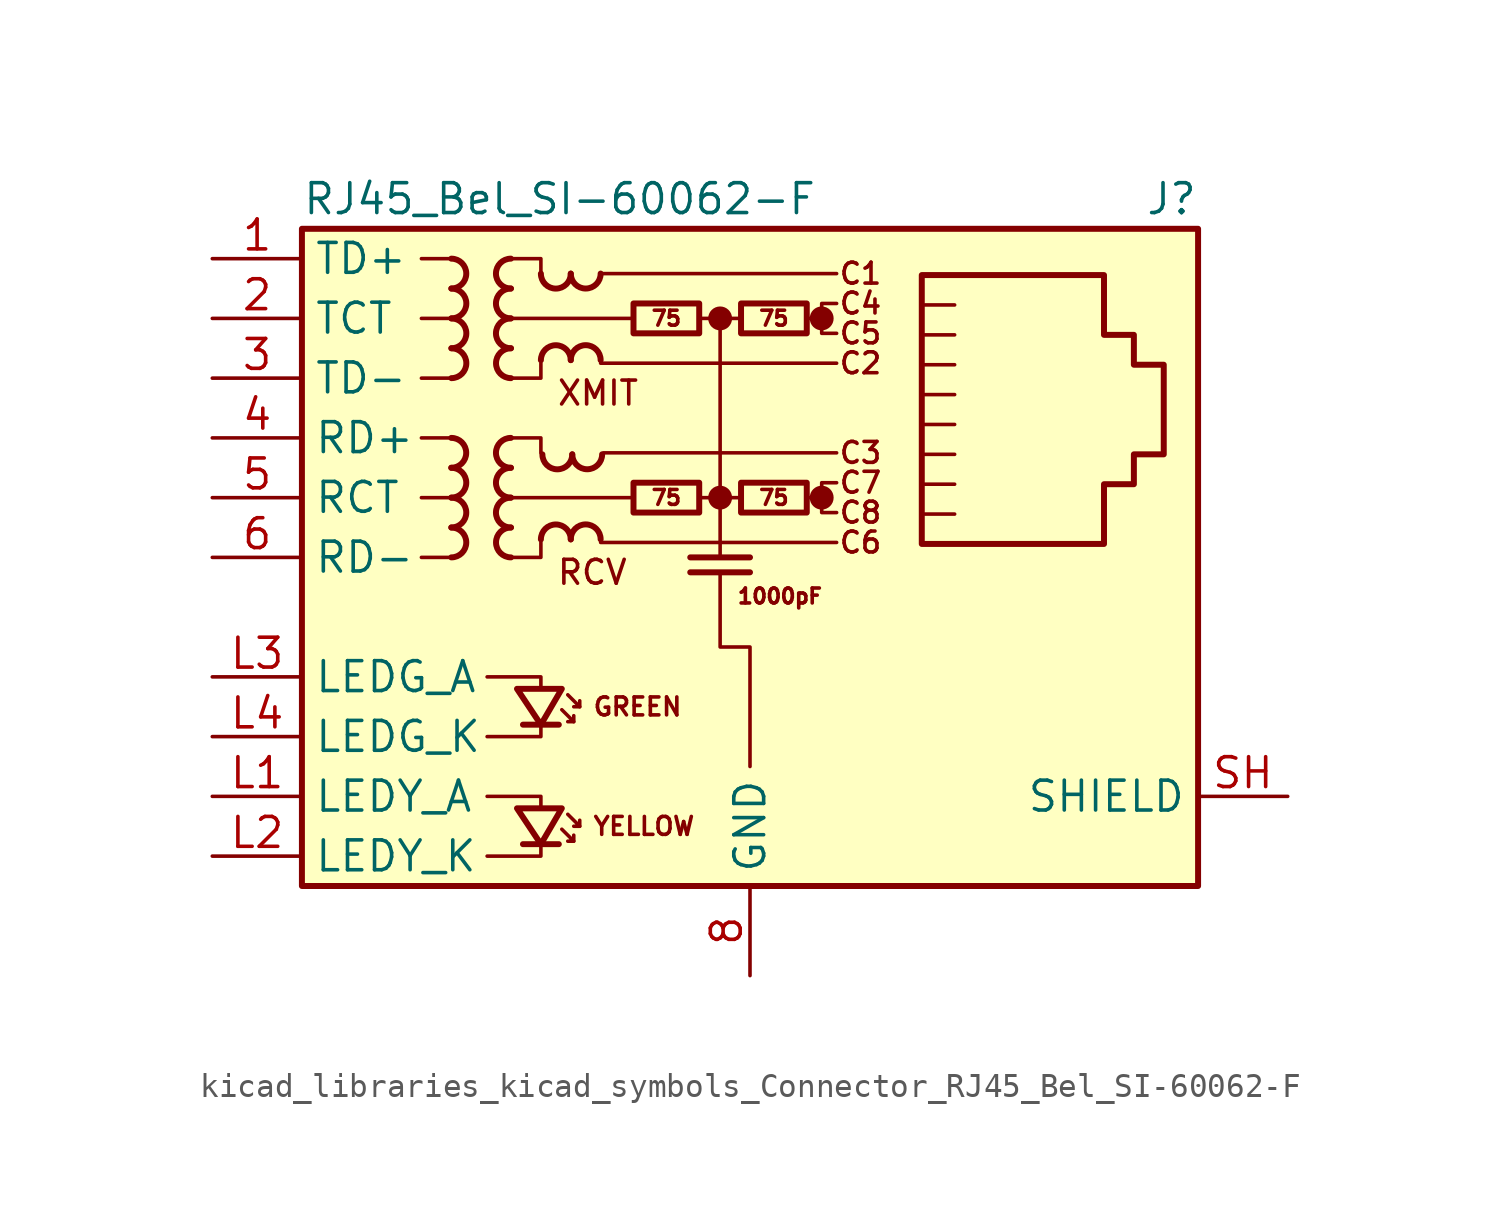
<source format=kicad_sym>
(kicad_symbol_lib
  (version 20220914)
  (generator kicad_symbol_editor)
  (symbol "kicad_libraries_kicad_symbols_Connector_RJ45_Bel_SI-60062-F"
    (property "Reference" "J"
      (at 19.05 15.24 0)
      (effects (font (size 1.27 1.27)) (justify right)))
    (property "Value" "RJ45_Bel_SI-60062-F"
      (at -19.05 15.24 0)
      (effects (font (size 1.27 1.27)) (justify left)))
    (symbol "kicad_libraries_kicad_symbols_Connector_RJ45_Bel_SI-60062-F_0_0"
      (circle (center -1.27 2.54) (radius 0.0001) (stroke (width 0.508) (type default)) (fill (type none)))
      (circle (center -1.27 10.16) (radius 0.0001) (stroke (width 0.508) (type default)) (fill (type none)))
      (polyline (pts (xy -1.27 10.16) (xy -1.27 0)) (stroke (width 0) (type default)) (fill (type none)))
      (polyline (pts (xy 0 -0.635) (xy -2.54 -0.635)) (stroke (width 0.254) (type default)) (fill (type none)))
      (polyline (pts (xy 0 0) (xy -2.54 0)) (stroke (width 0.254) (type default)) (fill (type none)))
      (polyline (pts (xy 3.048 2.54) (xy 2.54 2.54)) (stroke (width 0) (type default)) (fill (type none)))
      (polyline (pts (xy 3.048 10.16) (xy 2.54 10.16)) (stroke (width 0) (type default)) (fill (type none)))
      (polyline (pts (xy -11.176 -12.7) (xy -8.89 -12.7) (xy -8.89 -12.065)) (stroke (width 0) (type default)) (fill (type none)))
      (polyline (pts (xy -11.176 -10.16) (xy -8.89 -10.16) (xy -8.89 -10.668)) (stroke (width 0) (type default)) (fill (type none)))
      (polyline (pts (xy -11.176 -5.08) (xy -8.89 -5.08) (xy -8.89 -5.588)) (stroke (width 0) (type default)) (fill (type none)))
      (polyline (pts (xy -8.89 -6.985) (xy -8.89 -7.62) (xy -11.176 -7.62)) (stroke (width 0) (type default)) (fill (type none)))
      (polyline (pts (xy -1.27 -0.635) (xy -1.27 -3.81) (xy 0 -3.81) (xy 0 -8.89)) (stroke (width 0) (type default)) (fill (type none)))
      (polyline (pts (xy 3.683 3.175) (xy 3.048 3.175) (xy 3.048 1.905) (xy 3.683 1.905)) (stroke (width 0) (type default)) (fill (type none)))
      (polyline (pts (xy 3.683 10.795) (xy 3.048 10.795) (xy 3.048 9.525) (xy 3.683 9.525)) (stroke (width 0) (type default)) (fill (type none)))
      (circle (center 3.048 2.54) (radius 0.0001) (stroke (width 0.508) (type default)) (fill (type none)))
      (circle (center 3.048 10.16) (radius 0.0001) (stroke (width 0.508) (type default)) (fill (type none)))
      (text "C1" (at 4.699 12.065 0) (effects (font (size 0.889 0.889))))
      (text "C2" (at 4.699 8.255 0) (effects (font (size 0.889 0.889))))
      (text "C3" (at 4.699 4.445 0) (effects (font (size 0.889 0.889))))
      (text "C4" (at 4.699 10.795 0) (effects (font (size 0.889 0.889))))
      (text "C5" (at 4.699 9.525 0) (effects (font (size 0.889 0.889))))
      (text "C6" (at 4.699 0.635 0) (effects (font (size 0.889 0.889))))
      (text "C7" (at 4.699 3.175 0) (effects (font (size 0.889 0.889))))
      (text "C8" (at 4.699 1.905 0) (effects (font (size 0.889 0.889))))
      (text "GREEN" (at -6.731 -6.35 0) (effects (font (size 0.762 0.762)) (justify left)))
      (text "RCV" (at -8.255 -0.635 0) (effects (font (size 1.016 1.016)) (justify left)))
      (text "XMIT" (at -8.255 6.985 0) (effects (font (size 1.016 1.016)) (justify left)))
      (text "YELLOW" (at -6.731 -11.43 0) (effects (font (size 0.762 0.762)) (justify left))))
    (symbol "kicad_libraries_kicad_symbols_Connector_RJ45_Bel_SI-60062-F_0_1"
      (rectangle (start -19.05 -13.97) (end 19.05 13.97) (stroke (width 0.254) (type default)) (fill (type background)))
      (polyline (pts (xy -12.7 0) (xy -13.97 0)) (stroke (width 0) (type default)) (fill (type none)))
      (polyline (pts (xy -12.7 2.54) (xy -13.97 2.54)) (stroke (width 0) (type default)) (fill (type none)))
      (polyline (pts (xy -12.7 5.08) (xy -13.97 5.08)) (stroke (width 0) (type default)) (fill (type none)))
      (polyline (pts (xy -12.7 7.62) (xy -13.97 7.62)) (stroke (width 0) (type default)) (fill (type none)))
      (polyline (pts (xy -12.7 10.16) (xy -13.97 10.16)) (stroke (width 0) (type default)) (fill (type none)))
      (polyline (pts (xy -12.7 12.7) (xy -13.97 12.7)) (stroke (width 0) (type default)) (fill (type none)))
      (polyline (pts (xy -6.35 0.635) (xy 3.683 0.635)) (stroke (width 0) (type default)) (fill (type none)))
      (polyline (pts (xy -6.35 8.255) (xy 3.683 8.255)) (stroke (width 0) (type default)) (fill (type none)))
      (polyline (pts (xy -6.35 12.065) (xy 3.683 12.065)) (stroke (width 0) (type default)) (fill (type none)))
      (polyline (pts (xy -6.223 4.445) (xy 3.683 4.445)) (stroke (width 0) (type default)) (fill (type none)))
      (polyline (pts (xy -5.08 2.54) (xy -10.16 2.54)) (stroke (width 0) (type default)) (fill (type none)))
      (polyline (pts (xy -4.953 10.16) (xy -10.16 10.16)) (stroke (width 0) (type default)) (fill (type none)))
      (polyline (pts (xy -2.159 2.54) (xy -0.381 2.54)) (stroke (width 0) (type default)) (fill (type none)))
      (polyline (pts (xy -2.159 10.16) (xy -0.381 10.16)) (stroke (width 0) (type default)) (fill (type none)))
      (polyline (pts (xy 7.429 3.111) (xy 8.7 3.111)) (stroke (width 0) (type default)) (fill (type none)))
      (polyline (pts (xy 7.429 4.381) (xy 8.7 4.381)) (stroke (width 0) (type default)) (fill (type none)))
      (polyline (pts (xy 7.429 5.652) (xy 8.7 5.652)) (stroke (width 0) (type default)) (fill (type none)))
      (polyline (pts (xy 7.429 6.921) (xy 8.7 6.921)) (stroke (width 0) (type default)) (fill (type none)))
      (polyline (pts (xy 7.429 8.191) (xy 8.7 8.191)) (stroke (width 0) (type default)) (fill (type none)))
      (polyline (pts (xy 8.7 1.841) (xy 7.429 1.841)) (stroke (width 0) (type default)) (fill (type none)))
      (polyline (pts (xy 8.7 9.461) (xy 7.429 9.461)) (stroke (width 0) (type default)) (fill (type none)))
      (polyline (pts (xy 8.7 10.732) (xy 7.429 10.732)) (stroke (width 0) (type default)) (fill (type none)))
      (polyline (pts (xy -10.16 5.08) (xy -8.89 5.08) (xy -8.89 4.445)) (stroke (width 0) (type default)) (fill (type none)))
      (polyline (pts (xy -10.16 12.7) (xy -8.89 12.7) (xy -8.89 12.065)) (stroke (width 0) (type default)) (fill (type none)))
      (polyline (pts (xy -8.89 0.635) (xy -8.89 0) (xy -10.16 0)) (stroke (width 0) (type default)) (fill (type none)))
      (polyline (pts (xy -8.89 8.255) (xy -8.89 7.62) (xy -10.16 7.62)) (stroke (width 0) (type default)) (fill (type none))))
    (symbol "kicad_libraries_kicad_symbols_Connector_RJ45_Bel_SI-60062-F_1_0"
      (text "1000pF" (at 1.27 -1.651 0) (effects (font (size 0.635 0.635)))))
    (symbol "kicad_libraries_kicad_symbols_Connector_RJ45_Bel_SI-60062-F_1_1"
      (arc (start -12.7 3.81) (mid -12.0677 4.445) (end -12.7 5.08) (stroke (width 0.254) (type default)) (fill (type none)))
      (arc (start -12.6973 0) (mid -12.065 0.635) (end -12.6973 1.27) (stroke (width 0.254) (type default)) (fill (type none)))
      (arc (start -12.6973 1.27) (mid -12.065 1.905) (end -12.6973 2.54) (stroke (width 0.254) (type default)) (fill (type none)))
      (arc (start -12.6973 2.54) (mid -12.065 3.175) (end -12.6973 3.81) (stroke (width 0.254) (type default)) (fill (type none)))
      (arc (start -12.6973 11.43) (mid -12.065 12.065) (end -12.6973 12.7) (stroke (width 0.254) (type default)) (fill (type none)))
      (arc (start -12.6946 7.62) (mid -12.0623 8.255) (end -12.6946 8.89) (stroke (width 0.254) (type default)) (fill (type none)))
      (arc (start -12.6946 8.89) (mid -12.0623 9.525) (end -12.6946 10.16) (stroke (width 0.254) (type default)) (fill (type none)))
      (arc (start -12.6946 10.16) (mid -12.0623 10.795) (end -12.6946 11.43) (stroke (width 0.254) (type default)) (fill (type none)))
      (arc (start -10.1654 2.54) (mid -10.7977 1.905) (end -10.1654 1.27) (stroke (width 0.254) (type default)) (fill (type none)))
      (arc (start -10.1654 3.81) (mid -10.7977 3.175) (end -10.1654 2.54) (stroke (width 0.254) (type default)) (fill (type none)))
      (arc (start -10.1654 5.08) (mid -10.7977 4.445) (end -10.1654 3.81) (stroke (width 0.254) (type default)) (fill (type none)))
      (arc (start -10.1654 10.16) (mid -10.7977 9.525) (end -10.1654 8.89) (stroke (width 0.254) (type default)) (fill (type none)))
      (arc (start -10.1654 11.43) (mid -10.7977 10.795) (end -10.1654 10.16) (stroke (width 0.254) (type default)) (fill (type none)))
      (arc (start -10.1654 12.7) (mid -10.7977 12.065) (end -10.1654 11.43) (stroke (width 0.254) (type default)) (fill (type none)))
      (arc (start -10.1627 1.27) (mid -10.795 0.635) (end -10.1627 0) (stroke (width 0.254) (type default)) (fill (type none)))
      (arc (start -10.1627 8.89) (mid -10.795 8.255) (end -10.1627 7.62) (stroke (width 0.254) (type default)) (fill (type none)))
      (arc (start -8.89 12.0623) (mid -8.255 11.43) (end -7.62 12.0623) (stroke (width 0.254) (type default)) (fill (type none)))
      (arc (start -8.8265 4.3788) (mid -8.1915 3.7465) (end -7.5565 4.3788) (stroke (width 0.254) (type default)) (fill (type none)))
      (arc (start -7.62 0.7647) (mid -8.255 1.397) (end -8.89 0.7647) (stroke (width 0.254) (type default)) (fill (type none)))
      (arc (start -7.62 8.3847) (mid -8.255 9.017) (end -8.89 8.3847) (stroke (width 0.254) (type default)) (fill (type none)))
      (arc (start -7.62 12.065) (mid -6.985 11.4327) (end -6.35 12.065) (stroke (width 0.254) (type default)) (fill (type none)))
      (arc (start -7.5565 4.3815) (mid -6.9215 3.7492) (end -6.2865 4.3815) (stroke (width 0.254) (type default)) (fill (type none)))
      (arc (start -6.35 0.7674) (mid -6.985 1.3997) (end -7.62 0.7674) (stroke (width 0.254) (type default)) (fill (type none)))
      (arc (start -6.35 8.3874) (mid -6.985 9.0197) (end -7.62 8.3874) (stroke (width 0.254) (type default)) (fill (type none)))
      (rectangle (start -4.953 3.175) (end -2.159 1.905) (stroke (width 0.254) (type default)) (fill (type none)))
      (rectangle (start -4.953 10.795) (end -2.159 9.525) (stroke (width 0.254) (type default)) (fill (type none)))
      (rectangle (start -0.381 3.175) (end 2.413 1.905) (stroke (width 0.254) (type default)) (fill (type none)))
      (rectangle (start -0.381 10.795) (end 2.413 9.525) (stroke (width 0.254) (type default)) (fill (type none)))
      (polyline (pts (xy -8.128 -12.192) (xy -9.652 -12.192)) (stroke (width 0.254) (type default)) (fill (type none)))
      (polyline (pts (xy -8.128 -7.112) (xy -9.652 -7.112)) (stroke (width 0.254) (type default)) (fill (type none)))
      (polyline (pts (xy -7.493 -12.065) (xy -7.493 -11.811)) (stroke (width 0) (type default)) (fill (type none)))
      (polyline (pts (xy -7.493 -6.985) (xy -7.493 -6.731)) (stroke (width 0) (type default)) (fill (type none)))
      (polyline (pts (xy -7.239 -11.43) (xy -7.239 -11.176)) (stroke (width 0) (type default)) (fill (type none)))
      (polyline (pts (xy -7.239 -6.35) (xy -7.239 -6.096)) (stroke (width 0) (type default)) (fill (type none)))
      (polyline (pts (xy -8.001 -11.557) (xy -7.493 -12.065) (xy -7.747 -12.065)) (stroke (width 0) (type default)) (fill (type none)))
      (polyline (pts (xy -8.001 -6.477) (xy -7.493 -6.985) (xy -7.747 -6.985)) (stroke (width 0) (type default)) (fill (type none)))
      (polyline (pts (xy -7.747 -10.922) (xy -7.239 -11.43) (xy -7.493 -11.43)) (stroke (width 0) (type default)) (fill (type none)))
      (polyline (pts (xy -7.747 -5.842) (xy -7.239 -6.35) (xy -7.493 -6.35)) (stroke (width 0) (type default)) (fill (type none)))
      (polyline (pts (xy -8.001 -10.668) (xy -9.906 -10.668) (xy -8.89 -12.192) (xy -8.001 -10.668)) (stroke (width 0.254) (type default)) (fill (type none)))
      (polyline (pts (xy -8.001 -5.588) (xy -9.906 -5.588) (xy -8.89 -7.112) (xy -8.001 -5.588)) (stroke (width 0.254) (type default)) (fill (type none)))
      (polyline (pts (xy 7.303 0.572) (xy 7.303 12.002) (xy 15.05 12.002) (xy 15.05 9.461) (xy 16.32 9.461) (xy 16.32 8.191) (xy 17.59 8.191) (xy 17.59 4.381) (xy 16.32 4.381) (xy 16.32 3.111) (xy 15.05 3.111) (xy 15.05 0.572) (xy 7.303 0.572)) (stroke (width 0.254) (type default)) (fill (type none)))
      (text "75" (at -3.556 2.54 0) (effects (font (size 0.635 0.635))))
      (text "75" (at -3.556 10.16 0) (effects (font (size 0.635 0.635))))
      (text "75" (at 1.016 2.54 0) (effects (font (size 0.635 0.635))))
      (text "75" (at 1.016 10.16 0) (effects (font (size 0.635 0.635))))
      (pin passive line (at -22.86 12.7 0) (length 3.81) (name "TD+" (effects (font (size 1.27 1.27)))) (number "1" (effects (font (size 1.27 1.27)))))
      (pin passive line (at -22.86 10.16 0) (length 3.81) (name "TCT" (effects (font (size 1.27 1.27)))) (number "2" (effects (font (size 1.27 1.27)))))
      (pin passive line (at -22.86 7.62 0) (length 3.81) (name "TD-" (effects (font (size 1.27 1.27)))) (number "3" (effects (font (size 1.27 1.27)))))
      (pin passive line (at -22.86 5.08 0) (length 3.81) (name "RD+" (effects (font (size 1.27 1.27)))) (number "4" (effects (font (size 1.27 1.27)))))
      (pin passive line (at -22.86 2.54 0) (length 3.81) (name "RCT" (effects (font (size 1.27 1.27)))) (number "5" (effects (font (size 1.27 1.27)))))
      (pin passive line (at -22.86 0 0) (length 3.81) (name "RD-" (effects (font (size 1.27 1.27)))) (number "6" (effects (font (size 1.27 1.27)))))
      (pin power_in line (at 0 -17.78 90) (length 3.81) (name "GND" (effects (font (size 1.27 1.27)))) (number "8" (effects (font (size 1.27 1.27)))))
      (pin passive line (at -22.86 -10.16 0) (length 3.81) (name "LEDY_A" (effects (font (size 1.27 1.27)))) (number "L1" (effects (font (size 1.27 1.27)))))
      (pin passive line (at -22.86 -12.7 0) (length 3.81) (name "LEDY_K" (effects (font (size 1.27 1.27)))) (number "L2" (effects (font (size 1.27 1.27)))))
      (pin passive line (at -22.86 -5.08 0) (length 3.81) (name "LEDG_A" (effects (font (size 1.27 1.27)))) (number "L3" (effects (font (size 1.27 1.27)))))
      (pin passive line (at -22.86 -7.62 0) (length 3.81) (name "LEDG_K" (effects (font (size 1.27 1.27)))) (number "L4" (effects (font (size 1.27 1.27)))))
      (pin no_connect line (at 12.7 -5.08 0) (length 0) hide (name "NC" (effects (font (size 1.27 1.27)))) (number "R7" (effects (font (size 1.27 1.27)))))
      (pin passive line (at 22.86 -10.16 180) (length 3.81) (name "SHIELD" (effects (font (size 1.27 1.27)))) (number "SH" (effects (font (size 1.27 1.27))))))))
</source>
